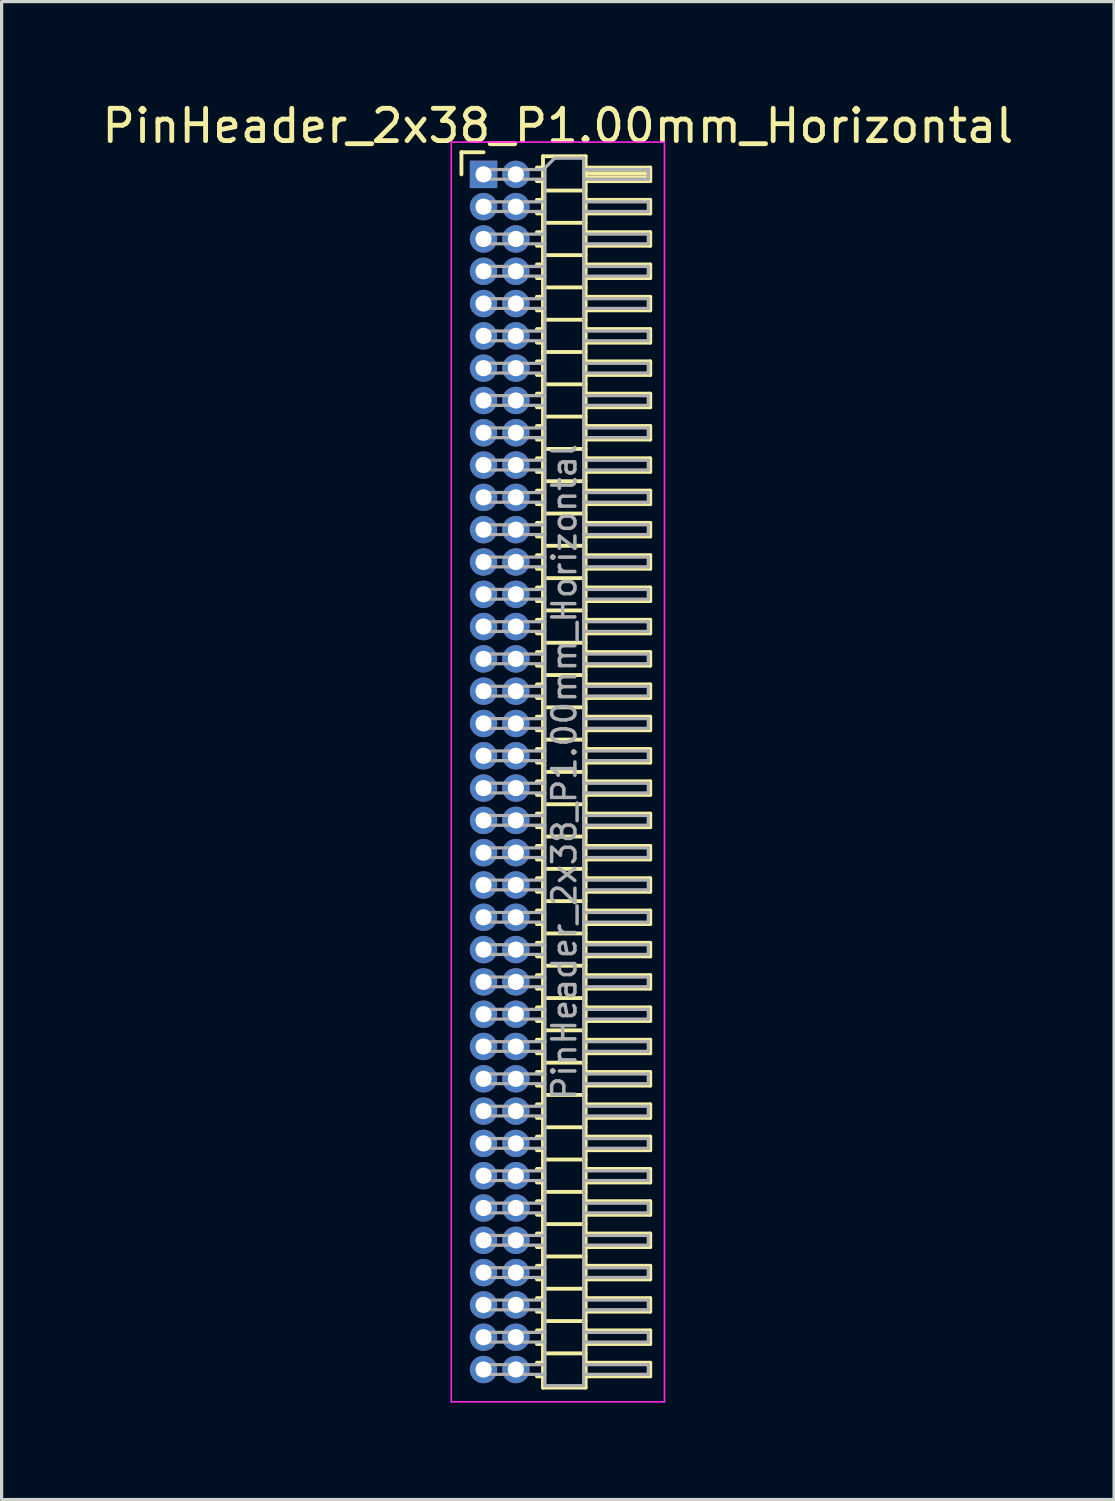
<source format=kicad_pcb>
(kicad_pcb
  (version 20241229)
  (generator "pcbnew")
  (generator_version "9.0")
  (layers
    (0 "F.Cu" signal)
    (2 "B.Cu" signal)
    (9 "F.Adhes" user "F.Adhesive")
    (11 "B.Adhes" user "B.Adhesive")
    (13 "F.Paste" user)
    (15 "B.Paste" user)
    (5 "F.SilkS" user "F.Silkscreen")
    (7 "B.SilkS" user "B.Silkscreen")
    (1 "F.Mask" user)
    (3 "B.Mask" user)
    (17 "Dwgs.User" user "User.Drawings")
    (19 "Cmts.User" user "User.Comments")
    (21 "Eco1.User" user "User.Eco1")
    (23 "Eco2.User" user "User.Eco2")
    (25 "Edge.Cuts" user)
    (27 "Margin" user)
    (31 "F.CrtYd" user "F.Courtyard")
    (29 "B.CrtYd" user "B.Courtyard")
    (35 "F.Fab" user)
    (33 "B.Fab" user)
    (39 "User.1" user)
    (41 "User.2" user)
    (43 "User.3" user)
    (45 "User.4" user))
  (footprint "PinHeader_2x38_P1.00mm_Horizontal"
    (layer "F.Cu")
    (at 11.92 2.348)
    (property "Reference" "PinHeader_2x38_P1.00mm_Horizontal" (at 2.3 -1.5 0) (layer "F.SilkS") (effects (font (size 1 1) (thickness 0.15))))
    (attr through_hole)
    (fp_line (start -0.685 -0.685) (end 0 -0.685) (stroke (width 0.12) (type solid)) (layer "F.SilkS"))
    (fp_line (start -0.685 0) (end -0.685 -0.685) (stroke (width 0.12) (type solid)) (layer "F.SilkS"))
    (fp_line (start 1.652 -0.21) (end 1.84 -0.21) (stroke (width 0.12) (type solid)) (layer "F.SilkS"))
    (fp_line (start 1.652 0.21) (end 1.84 0.21) (stroke (width 0.12) (type solid)) (layer "F.SilkS"))
    (fp_line (start 1.652 0.79) (end 1.84 0.79) (stroke (width 0.12) (type solid)) (layer "F.SilkS"))
    (fp_line (start 1.652 1.21) (end 1.84 1.21) (stroke (width 0.12) (type solid)) (layer "F.SilkS"))
    (fp_line (start 1.652 1.79) (end 1.84 1.79) (stroke (width 0.12) (type solid)) (layer "F.SilkS"))
    (fp_line (start 1.652 2.21) (end 1.84 2.21) (stroke (width 0.12) (type solid)) (layer "F.SilkS"))
    (fp_line (start 1.652 2.79) (end 1.84 2.79) (stroke (width 0.12) (type solid)) (layer "F.SilkS"))
    (fp_line (start 1.652 3.21) (end 1.84 3.21) (stroke (width 0.12) (type solid)) (layer "F.SilkS"))
    (fp_line (start 1.652 3.79) (end 1.84 3.79) (stroke (width 0.12) (type solid)) (layer "F.SilkS"))
    (fp_line (start 1.652 4.21) (end 1.84 4.21) (stroke (width 0.12) (type solid)) (layer "F.SilkS"))
    (fp_line (start 1.652 4.79) (end 1.84 4.79) (stroke (width 0.12) (type solid)) (layer "F.SilkS"))
    (fp_line (start 1.652 5.21) (end 1.84 5.21) (stroke (width 0.12) (type solid)) (layer "F.SilkS"))
    (fp_line (start 1.652 5.79) (end 1.84 5.79) (stroke (width 0.12) (type solid)) (layer "F.SilkS"))
    (fp_line (start 1.652 6.21) (end 1.84 6.21) (stroke (width 0.12) (type solid)) (layer "F.SilkS"))
    (fp_line (start 1.652 6.79) (end 1.84 6.79) (stroke (width 0.12) (type solid)) (layer "F.SilkS"))
    (fp_line (start 1.652 7.21) (end 1.84 7.21) (stroke (width 0.12) (type solid)) (layer "F.SilkS"))
    (fp_line (start 1.652 7.79) (end 1.84 7.79) (stroke (width 0.12) (type solid)) (layer "F.SilkS"))
    (fp_line (start 1.652 8.21) (end 1.84 8.21) (stroke (width 0.12) (type solid)) (layer "F.SilkS"))
    (fp_line (start 1.652 8.79) (end 1.84 8.79) (stroke (width 0.12) (type solid)) (layer "F.SilkS"))
    (fp_line (start 1.652 9.21) (end 1.84 9.21) (stroke (width 0.12) (type solid)) (layer "F.SilkS"))
    (fp_line (start 1.652 9.79) (end 1.84 9.79) (stroke (width 0.12) (type solid)) (layer "F.SilkS"))
    (fp_line (start 1.652 10.21) (end 1.84 10.21) (stroke (width 0.12) (type solid)) (layer "F.SilkS"))
    (fp_line (start 1.652 10.79) (end 1.84 10.79) (stroke (width 0.12) (type solid)) (layer "F.SilkS"))
    (fp_line (start 1.652 11.21) (end 1.84 11.21) (stroke (width 0.12) (type solid)) (layer "F.SilkS"))
    (fp_line (start 1.652 11.79) (end 1.84 11.79) (stroke (width 0.12) (type solid)) (layer "F.SilkS"))
    (fp_line (start 1.652 12.21) (end 1.84 12.21) (stroke (width 0.12) (type solid)) (layer "F.SilkS"))
    (fp_line (start 1.652 12.79) (end 1.84 12.79) (stroke (width 0.12) (type solid)) (layer "F.SilkS"))
    (fp_line (start 1.652 13.21) (end 1.84 13.21) (stroke (width 0.12) (type solid)) (layer "F.SilkS"))
    (fp_line (start 1.652 13.79) (end 1.84 13.79) (stroke (width 0.12) (type solid)) (layer "F.SilkS"))
    (fp_line (start 1.652 14.21) (end 1.84 14.21) (stroke (width 0.12) (type solid)) (layer "F.SilkS"))
    (fp_line (start 1.652 14.79) (end 1.84 14.79) (stroke (width 0.12) (type solid)) (layer "F.SilkS"))
    (fp_line (start 1.652 15.21) (end 1.84 15.21) (stroke (width 0.12) (type solid)) (layer "F.SilkS"))
    (fp_line (start 1.652 15.79) (end 1.84 15.79) (stroke (width 0.12) (type solid)) (layer "F.SilkS"))
    (fp_line (start 1.652 16.21) (end 1.84 16.21) (stroke (width 0.12) (type solid)) (layer "F.SilkS"))
    (fp_line (start 1.652 16.79) (end 1.84 16.79) (stroke (width 0.12) (type solid)) (layer "F.SilkS"))
    (fp_line (start 1.652 17.21) (end 1.84 17.21) (stroke (width 0.12) (type solid)) (layer "F.SilkS"))
    (fp_line (start 1.652 17.79) (end 1.84 17.79) (stroke (width 0.12) (type solid)) (layer "F.SilkS"))
    (fp_line (start 1.652 18.21) (end 1.84 18.21) (stroke (width 0.12) (type solid)) (layer "F.SilkS"))
    (fp_line (start 1.652 18.79) (end 1.84 18.79) (stroke (width 0.12) (type solid)) (layer "F.SilkS"))
    (fp_line (start 1.652 19.21) (end 1.84 19.21) (stroke (width 0.12) (type solid)) (layer "F.SilkS"))
    (fp_line (start 1.652 19.79) (end 1.84 19.79) (stroke (width 0.12) (type solid)) (layer "F.SilkS"))
    (fp_line (start 1.652 20.21) (end 1.84 20.21) (stroke (width 0.12) (type solid)) (layer "F.SilkS"))
    (fp_line (start 1.652 20.79) (end 1.84 20.79) (stroke (width 0.12) (type solid)) (layer "F.SilkS"))
    (fp_line (start 1.652 21.21) (end 1.84 21.21) (stroke (width 0.12) (type solid)) (layer "F.SilkS"))
    (fp_line (start 1.652 21.79) (end 1.84 21.79) (stroke (width 0.12) (type solid)) (layer "F.SilkS"))
    (fp_line (start 1.652 22.21) (end 1.84 22.21) (stroke (width 0.12) (type solid)) (layer "F.SilkS"))
    (fp_line (start 1.652 22.79) (end 1.84 22.79) (stroke (width 0.12) (type solid)) (layer "F.SilkS"))
    (fp_line (start 1.652 23.21) (end 1.84 23.21) (stroke (width 0.12) (type solid)) (layer "F.SilkS"))
    (fp_line (start 1.652 23.79) (end 1.84 23.79) (stroke (width 0.12) (type solid)) (layer "F.SilkS"))
    (fp_line (start 1.652 24.21) (end 1.84 24.21) (stroke (width 0.12) (type solid)) (layer "F.SilkS"))
    (fp_line (start 1.652 24.79) (end 1.84 24.79) (stroke (width 0.12) (type solid)) (layer "F.SilkS"))
    (fp_line (start 1.652 25.21) (end 1.84 25.21) (stroke (width 0.12) (type solid)) (layer "F.SilkS"))
    (fp_line (start 1.652 25.79) (end 1.84 25.79) (stroke (width 0.12) (type solid)) (layer "F.SilkS"))
    (fp_line (start 1.652 26.21) (end 1.84 26.21) (stroke (width 0.12) (type solid)) (layer "F.SilkS"))
    (fp_line (start 1.652 26.79) (end 1.84 26.79) (stroke (width 0.12) (type solid)) (layer "F.SilkS"))
    (fp_line (start 1.652 27.21) (end 1.84 27.21) (stroke (width 0.12) (type solid)) (layer "F.SilkS"))
    (fp_line (start 1.652 27.79) (end 1.84 27.79) (stroke (width 0.12) (type solid)) (layer "F.SilkS"))
    (fp_line (start 1.652 28.21) (end 1.84 28.21) (stroke (width 0.12) (type solid)) (layer "F.SilkS"))
    (fp_line (start 1.652 28.79) (end 1.84 28.79) (stroke (width 0.12) (type solid)) (layer "F.SilkS"))
    (fp_line (start 1.652 29.21) (end 1.84 29.21) (stroke (width 0.12) (type solid)) (layer "F.SilkS"))
    (fp_line (start 1.652 29.79) (end 1.84 29.79) (stroke (width 0.12) (type solid)) (layer "F.SilkS"))
    (fp_line (start 1.652 30.21) (end 1.84 30.21) (stroke (width 0.12) (type solid)) (layer "F.SilkS"))
    (fp_line (start 1.652 30.79) (end 1.84 30.79) (stroke (width 0.12) (type solid)) (layer "F.SilkS"))
    (fp_line (start 1.652 31.21) (end 1.84 31.21) (stroke (width 0.12) (type solid)) (layer "F.SilkS"))
    (fp_line (start 1.652 31.79) (end 1.84 31.79) (stroke (width 0.12) (type solid)) (layer "F.SilkS"))
    (fp_line (start 1.652 32.21) (end 1.84 32.21) (stroke (width 0.12) (type solid)) (layer "F.SilkS"))
    (fp_line (start 1.652 32.79) (end 1.84 32.79) (stroke (width 0.12) (type solid)) (layer "F.SilkS"))
    (fp_line (start 1.652 33.21) (end 1.84 33.21) (stroke (width 0.12) (type solid)) (layer "F.SilkS"))
    (fp_line (start 1.652 33.79) (end 1.84 33.79) (stroke (width 0.12) (type solid)) (layer "F.SilkS"))
    (fp_line (start 1.652 34.21) (end 1.84 34.21) (stroke (width 0.12) (type solid)) (layer "F.SilkS"))
    (fp_line (start 1.652 34.79) (end 1.84 34.79) (stroke (width 0.12) (type solid)) (layer "F.SilkS"))
    (fp_line (start 1.652 35.21) (end 1.84 35.21) (stroke (width 0.12) (type solid)) (layer "F.SilkS"))
    (fp_line (start 1.652 35.79) (end 1.84 35.79) (stroke (width 0.12) (type solid)) (layer "F.SilkS"))
    (fp_line (start 1.652 36.21) (end 1.84 36.21) (stroke (width 0.12) (type solid)) (layer "F.SilkS"))
    (fp_line (start 1.652 36.79) (end 1.84 36.79) (stroke (width 0.12) (type solid)) (layer "F.SilkS"))
    (fp_line (start 1.652 37.21) (end 1.84 37.21) (stroke (width 0.12) (type solid)) (layer "F.SilkS"))
    (fp_line (start 1.84 -0.56) (end 1.84 37.56) (stroke (width 0.12) (type solid)) (layer "F.SilkS"))
    (fp_line (start 1.84 0.5) (end 3.16 0.5) (stroke (width 0.12) (type solid)) (layer "F.SilkS"))
    (fp_line (start 1.84 1.5) (end 3.16 1.5) (stroke (width 0.12) (type solid)) (layer "F.SilkS"))
    (fp_line (start 1.84 2.5) (end 3.16 2.5) (stroke (width 0.12) (type solid)) (layer "F.SilkS"))
    (fp_line (start 1.84 3.5) (end 3.16 3.5) (stroke (width 0.12) (type solid)) (layer "F.SilkS"))
    (fp_line (start 1.84 4.5) (end 3.16 4.5) (stroke (width 0.12) (type solid)) (layer "F.SilkS"))
    (fp_line (start 1.84 5.5) (end 3.16 5.5) (stroke (width 0.12) (type solid)) (layer "F.SilkS"))
    (fp_line (start 1.84 6.5) (end 3.16 6.5) (stroke (width 0.12) (type solid)) (layer "F.SilkS"))
    (fp_line (start 1.84 7.5) (end 3.16 7.5) (stroke (width 0.12) (type solid)) (layer "F.SilkS"))
    (fp_line (start 1.84 8.5) (end 3.16 8.5) (stroke (width 0.12) (type solid)) (layer "F.SilkS"))
    (fp_line (start 1.84 9.5) (end 3.16 9.5) (stroke (width 0.12) (type solid)) (layer "F.SilkS"))
    (fp_line (start 1.84 10.5) (end 3.16 10.5) (stroke (width 0.12) (type solid)) (layer "F.SilkS"))
    (fp_line (start 1.84 11.5) (end 3.16 11.5) (stroke (width 0.12) (type solid)) (layer "F.SilkS"))
    (fp_line (start 1.84 12.5) (end 3.16 12.5) (stroke (width 0.12) (type solid)) (layer "F.SilkS"))
    (fp_line (start 1.84 13.5) (end 3.16 13.5) (stroke (width 0.12) (type solid)) (layer "F.SilkS"))
    (fp_line (start 1.84 14.5) (end 3.16 14.5) (stroke (width 0.12) (type solid)) (layer "F.SilkS"))
    (fp_line (start 1.84 15.5) (end 3.16 15.5) (stroke (width 0.12) (type solid)) (layer "F.SilkS"))
    (fp_line (start 1.84 16.5) (end 3.16 16.5) (stroke (width 0.12) (type solid)) (layer "F.SilkS"))
    (fp_line (start 1.84 17.5) (end 3.16 17.5) (stroke (width 0.12) (type solid)) (layer "F.SilkS"))
    (fp_line (start 1.84 18.5) (end 3.16 18.5) (stroke (width 0.12) (type solid)) (layer "F.SilkS"))
    (fp_line (start 1.84 19.5) (end 3.16 19.5) (stroke (width 0.12) (type solid)) (layer "F.SilkS"))
    (fp_line (start 1.84 20.5) (end 3.16 20.5) (stroke (width 0.12) (type solid)) (layer "F.SilkS"))
    (fp_line (start 1.84 21.5) (end 3.16 21.5) (stroke (width 0.12) (type solid)) (layer "F.SilkS"))
    (fp_line (start 1.84 22.5) (end 3.16 22.5) (stroke (width 0.12) (type solid)) (layer "F.SilkS"))
    (fp_line (start 1.84 23.5) (end 3.16 23.5) (stroke (width 0.12) (type solid)) (layer "F.SilkS"))
    (fp_line (start 1.84 24.5) (end 3.16 24.5) (stroke (width 0.12) (type solid)) (layer "F.SilkS"))
    (fp_line (start 1.84 25.5) (end 3.16 25.5) (stroke (width 0.12) (type solid)) (layer "F.SilkS"))
    (fp_line (start 1.84 26.5) (end 3.16 26.5) (stroke (width 0.12) (type solid)) (layer "F.SilkS"))
    (fp_line (start 1.84 27.5) (end 3.16 27.5) (stroke (width 0.12) (type solid)) (layer "F.SilkS"))
    (fp_line (start 1.84 28.5) (end 3.16 28.5) (stroke (width 0.12) (type solid)) (layer "F.SilkS"))
    (fp_line (start 1.84 29.5) (end 3.16 29.5) (stroke (width 0.12) (type solid)) (layer "F.SilkS"))
    (fp_line (start 1.84 30.5) (end 3.16 30.5) (stroke (width 0.12) (type solid)) (layer "F.SilkS"))
    (fp_line (start 1.84 31.5) (end 3.16 31.5) (stroke (width 0.12) (type solid)) (layer "F.SilkS"))
    (fp_line (start 1.84 32.5) (end 3.16 32.5) (stroke (width 0.12) (type solid)) (layer "F.SilkS"))
    (fp_line (start 1.84 33.5) (end 3.16 33.5) (stroke (width 0.12) (type solid)) (layer "F.SilkS"))
    (fp_line (start 1.84 34.5) (end 3.16 34.5) (stroke (width 0.12) (type solid)) (layer "F.SilkS"))
    (fp_line (start 1.84 35.5) (end 3.16 35.5) (stroke (width 0.12) (type solid)) (layer "F.SilkS"))
    (fp_line (start 1.84 36.5) (end 3.16 36.5) (stroke (width 0.12) (type solid)) (layer "F.SilkS"))
    (fp_line (start 1.84 37.56) (end 3.16 37.56) (stroke (width 0.12) (type solid)) (layer "F.SilkS"))
    (fp_line (start 3.16 -0.56) (end 1.84 -0.56) (stroke (width 0.12) (type solid)) (layer "F.SilkS"))
    (fp_line (start 3.16 -0.21) (end 5.16 -0.21) (stroke (width 0.12) (type solid)) (layer "F.SilkS"))
    (fp_line (start 3.16 -0.15) (end 5.16 -0.15) (stroke (width 0.12) (type solid)) (layer "F.SilkS"))
    (fp_line (start 3.16 -0.03) (end 5.16 -0.03) (stroke (width 0.12) (type solid)) (layer "F.SilkS"))
    (fp_line (start 3.16 0.09) (end 5.16 0.09) (stroke (width 0.12) (type solid)) (layer "F.SilkS"))
    (fp_line (start 3.16 0.79) (end 5.16 0.79) (stroke (width 0.12) (type solid)) (layer "F.SilkS"))
    (fp_line (start 3.16 1.79) (end 5.16 1.79) (stroke (width 0.12) (type solid)) (layer "F.SilkS"))
    (fp_line (start 3.16 2.79) (end 5.16 2.79) (stroke (width 0.12) (type solid)) (layer "F.SilkS"))
    (fp_line (start 3.16 3.79) (end 5.16 3.79) (stroke (width 0.12) (type solid)) (layer "F.SilkS"))
    (fp_line (start 3.16 4.79) (end 5.16 4.79) (stroke (width 0.12) (type solid)) (layer "F.SilkS"))
    (fp_line (start 3.16 5.79) (end 5.16 5.79) (stroke (width 0.12) (type solid)) (layer "F.SilkS"))
    (fp_line (start 3.16 6.79) (end 5.16 6.79) (stroke (width 0.12) (type solid)) (layer "F.SilkS"))
    (fp_line (start 3.16 7.79) (end 5.16 7.79) (stroke (width 0.12) (type solid)) (layer "F.SilkS"))
    (fp_line (start 3.16 8.79) (end 5.16 8.79) (stroke (width 0.12) (type solid)) (layer "F.SilkS"))
    (fp_line (start 3.16 9.79) (end 5.16 9.79) (stroke (width 0.12) (type solid)) (layer "F.SilkS"))
    (fp_line (start 3.16 10.79) (end 5.16 10.79) (stroke (width 0.12) (type solid)) (layer "F.SilkS"))
    (fp_line (start 3.16 11.79) (end 5.16 11.79) (stroke (width 0.12) (type solid)) (layer "F.SilkS"))
    (fp_line (start 3.16 12.79) (end 5.16 12.79) (stroke (width 0.12) (type solid)) (layer "F.SilkS"))
    (fp_line (start 3.16 13.79) (end 5.16 13.79) (stroke (width 0.12) (type solid)) (layer "F.SilkS"))
    (fp_line (start 3.16 14.79) (end 5.16 14.79) (stroke (width 0.12) (type solid)) (layer "F.SilkS"))
    (fp_line (start 3.16 15.79) (end 5.16 15.79) (stroke (width 0.12) (type solid)) (layer "F.SilkS"))
    (fp_line (start 3.16 16.79) (end 5.16 16.79) (stroke (width 0.12) (type solid)) (layer "F.SilkS"))
    (fp_line (start 3.16 17.79) (end 5.16 17.79) (stroke (width 0.12) (type solid)) (layer "F.SilkS"))
    (fp_line (start 3.16 18.79) (end 5.16 18.79) (stroke (width 0.12) (type solid)) (layer "F.SilkS"))
    (fp_line (start 3.16 19.79) (end 5.16 19.79) (stroke (width 0.12) (type solid)) (layer "F.SilkS"))
    (fp_line (start 3.16 20.79) (end 5.16 20.79) (stroke (width 0.12) (type solid)) (layer "F.SilkS"))
    (fp_line (start 3.16 21.79) (end 5.16 21.79) (stroke (width 0.12) (type solid)) (layer "F.SilkS"))
    (fp_line (start 3.16 22.79) (end 5.16 22.79) (stroke (width 0.12) (type solid)) (layer "F.SilkS"))
    (fp_line (start 3.16 23.79) (end 5.16 23.79) (stroke (width 0.12) (type solid)) (layer "F.SilkS"))
    (fp_line (start 3.16 24.79) (end 5.16 24.79) (stroke (width 0.12) (type solid)) (layer "F.SilkS"))
    (fp_line (start 3.16 25.79) (end 5.16 25.79) (stroke (width 0.12) (type solid)) (layer "F.SilkS"))
    (fp_line (start 3.16 26.79) (end 5.16 26.79) (stroke (width 0.12) (type solid)) (layer "F.SilkS"))
    (fp_line (start 3.16 27.79) (end 5.16 27.79) (stroke (width 0.12) (type solid)) (layer "F.SilkS"))
    (fp_line (start 3.16 28.79) (end 5.16 28.79) (stroke (width 0.12) (type solid)) (layer "F.SilkS"))
    (fp_line (start 3.16 29.79) (end 5.16 29.79) (stroke (width 0.12) (type solid)) (layer "F.SilkS"))
    (fp_line (start 3.16 30.79) (end 5.16 30.79) (stroke (width 0.12) (type solid)) (layer "F.SilkS"))
    (fp_line (start 3.16 31.79) (end 5.16 31.79) (stroke (width 0.12) (type solid)) (layer "F.SilkS"))
    (fp_line (start 3.16 32.79) (end 5.16 32.79) (stroke (width 0.12) (type solid)) (layer "F.SilkS"))
    (fp_line (start 3.16 33.79) (end 5.16 33.79) (stroke (width 0.12) (type solid)) (layer "F.SilkS"))
    (fp_line (start 3.16 34.79) (end 5.16 34.79) (stroke (width 0.12) (type solid)) (layer "F.SilkS"))
    (fp_line (start 3.16 35.79) (end 5.16 35.79) (stroke (width 0.12) (type solid)) (layer "F.SilkS"))
    (fp_line (start 3.16 36.79) (end 5.16 36.79) (stroke (width 0.12) (type solid)) (layer "F.SilkS"))
    (fp_line (start 3.16 37.56) (end 3.16 -0.56) (stroke (width 0.12) (type solid)) (layer "F.SilkS"))
    (fp_line (start 5.16 -0.21) (end 5.16 0.21) (stroke (width 0.12) (type solid)) (layer "F.SilkS"))
    (fp_line (start 5.16 0.21) (end 3.16 0.21) (stroke (width 0.12) (type solid)) (layer "F.SilkS"))
    (fp_line (start 5.16 0.79) (end 5.16 1.21) (stroke (width 0.12) (type solid)) (layer "F.SilkS"))
    (fp_line (start 5.16 1.21) (end 3.16 1.21) (stroke (width 0.12) (type solid)) (layer "F.SilkS"))
    (fp_line (start 5.16 1.79) (end 5.16 2.21) (stroke (width 0.12) (type solid)) (layer "F.SilkS"))
    (fp_line (start 5.16 2.21) (end 3.16 2.21) (stroke (width 0.12) (type solid)) (layer "F.SilkS"))
    (fp_line (start 5.16 2.79) (end 5.16 3.21) (stroke (width 0.12) (type solid)) (layer "F.SilkS"))
    (fp_line (start 5.16 3.21) (end 3.16 3.21) (stroke (width 0.12) (type solid)) (layer "F.SilkS"))
    (fp_line (start 5.16 3.79) (end 5.16 4.21) (stroke (width 0.12) (type solid)) (layer "F.SilkS"))
    (fp_line (start 5.16 4.21) (end 3.16 4.21) (stroke (width 0.12) (type solid)) (layer "F.SilkS"))
    (fp_line (start 5.16 4.79) (end 5.16 5.21) (stroke (width 0.12) (type solid)) (layer "F.SilkS"))
    (fp_line (start 5.16 5.21) (end 3.16 5.21) (stroke (width 0.12) (type solid)) (layer "F.SilkS"))
    (fp_line (start 5.16 5.79) (end 5.16 6.21) (stroke (width 0.12) (type solid)) (layer "F.SilkS"))
    (fp_line (start 5.16 6.21) (end 3.16 6.21) (stroke (width 0.12) (type solid)) (layer "F.SilkS"))
    (fp_line (start 5.16 6.79) (end 5.16 7.21) (stroke (width 0.12) (type solid)) (layer "F.SilkS"))
    (fp_line (start 5.16 7.21) (end 3.16 7.21) (stroke (width 0.12) (type solid)) (layer "F.SilkS"))
    (fp_line (start 5.16 7.79) (end 5.16 8.21) (stroke (width 0.12) (type solid)) (layer "F.SilkS"))
    (fp_line (start 5.16 8.21) (end 3.16 8.21) (stroke (width 0.12) (type solid)) (layer "F.SilkS"))
    (fp_line (start 5.16 8.79) (end 5.16 9.21) (stroke (width 0.12) (type solid)) (layer "F.SilkS"))
    (fp_line (start 5.16 9.21) (end 3.16 9.21) (stroke (width 0.12) (type solid)) (layer "F.SilkS"))
    (fp_line (start 5.16 9.79) (end 5.16 10.21) (stroke (width 0.12) (type solid)) (layer "F.SilkS"))
    (fp_line (start 5.16 10.21) (end 3.16 10.21) (stroke (width 0.12) (type solid)) (layer "F.SilkS"))
    (fp_line (start 5.16 10.79) (end 5.16 11.21) (stroke (width 0.12) (type solid)) (layer "F.SilkS"))
    (fp_line (start 5.16 11.21) (end 3.16 11.21) (stroke (width 0.12) (type solid)) (layer "F.SilkS"))
    (fp_line (start 5.16 11.79) (end 5.16 12.21) (stroke (width 0.12) (type solid)) (layer "F.SilkS"))
    (fp_line (start 5.16 12.21) (end 3.16 12.21) (stroke (width 0.12) (type solid)) (layer "F.SilkS"))
    (fp_line (start 5.16 12.79) (end 5.16 13.21) (stroke (width 0.12) (type solid)) (layer "F.SilkS"))
    (fp_line (start 5.16 13.21) (end 3.16 13.21) (stroke (width 0.12) (type solid)) (layer "F.SilkS"))
    (fp_line (start 5.16 13.79) (end 5.16 14.21) (stroke (width 0.12) (type solid)) (layer "F.SilkS"))
    (fp_line (start 5.16 14.21) (end 3.16 14.21) (stroke (width 0.12) (type solid)) (layer "F.SilkS"))
    (fp_line (start 5.16 14.79) (end 5.16 15.21) (stroke (width 0.12) (type solid)) (layer "F.SilkS"))
    (fp_line (start 5.16 15.21) (end 3.16 15.21) (stroke (width 0.12) (type solid)) (layer "F.SilkS"))
    (fp_line (start 5.16 15.79) (end 5.16 16.21) (stroke (width 0.12) (type solid)) (layer "F.SilkS"))
    (fp_line (start 5.16 16.21) (end 3.16 16.21) (stroke (width 0.12) (type solid)) (layer "F.SilkS"))
    (fp_line (start 5.16 16.79) (end 5.16 17.21) (stroke (width 0.12) (type solid)) (layer "F.SilkS"))
    (fp_line (start 5.16 17.21) (end 3.16 17.21) (stroke (width 0.12) (type solid)) (layer "F.SilkS"))
    (fp_line (start 5.16 17.79) (end 5.16 18.21) (stroke (width 0.12) (type solid)) (layer "F.SilkS"))
    (fp_line (start 5.16 18.21) (end 3.16 18.21) (stroke (width 0.12) (type solid)) (layer "F.SilkS"))
    (fp_line (start 5.16 18.79) (end 5.16 19.21) (stroke (width 0.12) (type solid)) (layer "F.SilkS"))
    (fp_line (start 5.16 19.21) (end 3.16 19.21) (stroke (width 0.12) (type solid)) (layer "F.SilkS"))
    (fp_line (start 5.16 19.79) (end 5.16 20.21) (stroke (width 0.12) (type solid)) (layer "F.SilkS"))
    (fp_line (start 5.16 20.21) (end 3.16 20.21) (stroke (width 0.12) (type solid)) (layer "F.SilkS"))
    (fp_line (start 5.16 20.79) (end 5.16 21.21) (stroke (width 0.12) (type solid)) (layer "F.SilkS"))
    (fp_line (start 5.16 21.21) (end 3.16 21.21) (stroke (width 0.12) (type solid)) (layer "F.SilkS"))
    (fp_line (start 5.16 21.79) (end 5.16 22.21) (stroke (width 0.12) (type solid)) (layer "F.SilkS"))
    (fp_line (start 5.16 22.21) (end 3.16 22.21) (stroke (width 0.12) (type solid)) (layer "F.SilkS"))
    (fp_line (start 5.16 22.79) (end 5.16 23.21) (stroke (width 0.12) (type solid)) (layer "F.SilkS"))
    (fp_line (start 5.16 23.21) (end 3.16 23.21) (stroke (width 0.12) (type solid)) (layer "F.SilkS"))
    (fp_line (start 5.16 23.79) (end 5.16 24.21) (stroke (width 0.12) (type solid)) (layer "F.SilkS"))
    (fp_line (start 5.16 24.21) (end 3.16 24.21) (stroke (width 0.12) (type solid)) (layer "F.SilkS"))
    (fp_line (start 5.16 24.79) (end 5.16 25.21) (stroke (width 0.12) (type solid)) (layer "F.SilkS"))
    (fp_line (start 5.16 25.21) (end 3.16 25.21) (stroke (width 0.12) (type solid)) (layer "F.SilkS"))
    (fp_line (start 5.16 25.79) (end 5.16 26.21) (stroke (width 0.12) (type solid)) (layer "F.SilkS"))
    (fp_line (start 5.16 26.21) (end 3.16 26.21) (stroke (width 0.12) (type solid)) (layer "F.SilkS"))
    (fp_line (start 5.16 26.79) (end 5.16 27.21) (stroke (width 0.12) (type solid)) (layer "F.SilkS"))
    (fp_line (start 5.16 27.21) (end 3.16 27.21) (stroke (width 0.12) (type solid)) (layer "F.SilkS"))
    (fp_line (start 5.16 27.79) (end 5.16 28.21) (stroke (width 0.12) (type solid)) (layer "F.SilkS"))
    (fp_line (start 5.16 28.21) (end 3.16 28.21) (stroke (width 0.12) (type solid)) (layer "F.SilkS"))
    (fp_line (start 5.16 28.79) (end 5.16 29.21) (stroke (width 0.12) (type solid)) (layer "F.SilkS"))
    (fp_line (start 5.16 29.21) (end 3.16 29.21) (stroke (width 0.12) (type solid)) (layer "F.SilkS"))
    (fp_line (start 5.16 29.79) (end 5.16 30.21) (stroke (width 0.12) (type solid)) (layer "F.SilkS"))
    (fp_line (start 5.16 30.21) (end 3.16 30.21) (stroke (width 0.12) (type solid)) (layer "F.SilkS"))
    (fp_line (start 5.16 30.79) (end 5.16 31.21) (stroke (width 0.12) (type solid)) (layer "F.SilkS"))
    (fp_line (start 5.16 31.21) (end 3.16 31.21) (stroke (width 0.12) (type solid)) (layer "F.SilkS"))
    (fp_line (start 5.16 31.79) (end 5.16 32.21) (stroke (width 0.12) (type solid)) (layer "F.SilkS"))
    (fp_line (start 5.16 32.21) (end 3.16 32.21) (stroke (width 0.12) (type solid)) (layer "F.SilkS"))
    (fp_line (start 5.16 32.79) (end 5.16 33.21) (stroke (width 0.12) (type solid)) (layer "F.SilkS"))
    (fp_line (start 5.16 33.21) (end 3.16 33.21) (stroke (width 0.12) (type solid)) (layer "F.SilkS"))
    (fp_line (start 5.16 33.79) (end 5.16 34.21) (stroke (width 0.12) (type solid)) (layer "F.SilkS"))
    (fp_line (start 5.16 34.21) (end 3.16 34.21) (stroke (width 0.12) (type solid)) (layer "F.SilkS"))
    (fp_line (start 5.16 34.79) (end 5.16 35.21) (stroke (width 0.12) (type solid)) (layer "F.SilkS"))
    (fp_line (start 5.16 35.21) (end 3.16 35.21) (stroke (width 0.12) (type solid)) (layer "F.SilkS"))
    (fp_line (start 5.16 35.79) (end 5.16 36.21) (stroke (width 0.12) (type solid)) (layer "F.SilkS"))
    (fp_line (start 5.16 36.21) (end 3.16 36.21) (stroke (width 0.12) (type solid)) (layer "F.SilkS"))
    (fp_line (start 5.16 36.79) (end 5.16 37.21) (stroke (width 0.12) (type solid)) (layer "F.SilkS"))
    (fp_line (start 5.16 37.21) (end 3.16 37.21) (stroke (width 0.12) (type solid)) (layer "F.SilkS"))
    (fp_line (start -1 -1) (end -1 38) (stroke (width 0.05) (type solid)) (layer "F.CrtYd"))
    (fp_line (start -1 38) (end 5.6 38) (stroke (width 0.05) (type solid)) (layer "F.CrtYd"))
    (fp_line (start 5.6 -1) (end -1 -1) (stroke (width 0.05) (type solid)) (layer "F.CrtYd"))
    (fp_line (start 5.6 38) (end 5.6 -1) (stroke (width 0.05) (type solid)) (layer "F.CrtYd"))
    (fp_line (start -0.15 -0.15) (end -0.15 0.15) (stroke (width 0.1) (type solid)) (layer "F.Fab"))
    (fp_line (start -0.15 -0.15) (end 1.9 -0.15) (stroke (width 0.1) (type solid)) (layer "F.Fab"))
    (fp_line (start -0.15 0.15) (end 1.9 0.15) (stroke (width 0.1) (type solid)) (layer "F.Fab"))
    (fp_line (start -0.15 0.85) (end -0.15 1.15) (stroke (width 0.1) (type solid)) (layer "F.Fab"))
    (fp_line (start -0.15 0.85) (end 1.9 0.85) (stroke (width 0.1) (type solid)) (layer "F.Fab"))
    (fp_line (start -0.15 1.15) (end 1.9 1.15) (stroke (width 0.1) (type solid)) (layer "F.Fab"))
    (fp_line (start -0.15 1.85) (end -0.15 2.15) (stroke (width 0.1) (type solid)) (layer "F.Fab"))
    (fp_line (start -0.15 1.85) (end 1.9 1.85) (stroke (width 0.1) (type solid)) (layer "F.Fab"))
    (fp_line (start -0.15 2.15) (end 1.9 2.15) (stroke (width 0.1) (type solid)) (layer "F.Fab"))
    (fp_line (start -0.15 2.85) (end -0.15 3.15) (stroke (width 0.1) (type solid)) (layer "F.Fab"))
    (fp_line (start -0.15 2.85) (end 1.9 2.85) (stroke (width 0.1) (type solid)) (layer "F.Fab"))
    (fp_line (start -0.15 3.15) (end 1.9 3.15) (stroke (width 0.1) (type solid)) (layer "F.Fab"))
    (fp_line (start -0.15 3.85) (end -0.15 4.15) (stroke (width 0.1) (type solid)) (layer "F.Fab"))
    (fp_line (start -0.15 3.85) (end 1.9 3.85) (stroke (width 0.1) (type solid)) (layer "F.Fab"))
    (fp_line (start -0.15 4.15) (end 1.9 4.15) (stroke (width 0.1) (type solid)) (layer "F.Fab"))
    (fp_line (start -0.15 4.85) (end -0.15 5.15) (stroke (width 0.1) (type solid)) (layer "F.Fab"))
    (fp_line (start -0.15 4.85) (end 1.9 4.85) (stroke (width 0.1) (type solid)) (layer "F.Fab"))
    (fp_line (start -0.15 5.15) (end 1.9 5.15) (stroke (width 0.1) (type solid)) (layer "F.Fab"))
    (fp_line (start -0.15 5.85) (end -0.15 6.15) (stroke (width 0.1) (type solid)) (layer "F.Fab"))
    (fp_line (start -0.15 5.85) (end 1.9 5.85) (stroke (width 0.1) (type solid)) (layer "F.Fab"))
    (fp_line (start -0.15 6.15) (end 1.9 6.15) (stroke (width 0.1) (type solid)) (layer "F.Fab"))
    (fp_line (start -0.15 6.85) (end -0.15 7.15) (stroke (width 0.1) (type solid)) (layer "F.Fab"))
    (fp_line (start -0.15 6.85) (end 1.9 6.85) (stroke (width 0.1) (type solid)) (layer "F.Fab"))
    (fp_line (start -0.15 7.15) (end 1.9 7.15) (stroke (width 0.1) (type solid)) (layer "F.Fab"))
    (fp_line (start -0.15 7.85) (end -0.15 8.15) (stroke (width 0.1) (type solid)) (layer "F.Fab"))
    (fp_line (start -0.15 7.85) (end 1.9 7.85) (stroke (width 0.1) (type solid)) (layer "F.Fab"))
    (fp_line (start -0.15 8.15) (end 1.9 8.15) (stroke (width 0.1) (type solid)) (layer "F.Fab"))
    (fp_line (start -0.15 8.85) (end -0.15 9.15) (stroke (width 0.1) (type solid)) (layer "F.Fab"))
    (fp_line (start -0.15 8.85) (end 1.9 8.85) (stroke (width 0.1) (type solid)) (layer "F.Fab"))
    (fp_line (start -0.15 9.15) (end 1.9 9.15) (stroke (width 0.1) (type solid)) (layer "F.Fab"))
    (fp_line (start -0.15 9.85) (end -0.15 10.15) (stroke (width 0.1) (type solid)) (layer "F.Fab"))
    (fp_line (start -0.15 9.85) (end 1.9 9.85) (stroke (width 0.1) (type solid)) (layer "F.Fab"))
    (fp_line (start -0.15 10.15) (end 1.9 10.15) (stroke (width 0.1) (type solid)) (layer "F.Fab"))
    (fp_line (start -0.15 10.85) (end -0.15 11.15) (stroke (width 0.1) (type solid)) (layer "F.Fab"))
    (fp_line (start -0.15 10.85) (end 1.9 10.85) (stroke (width 0.1) (type solid)) (layer "F.Fab"))
    (fp_line (start -0.15 11.15) (end 1.9 11.15) (stroke (width 0.1) (type solid)) (layer "F.Fab"))
    (fp_line (start -0.15 11.85) (end -0.15 12.15) (stroke (width 0.1) (type solid)) (layer "F.Fab"))
    (fp_line (start -0.15 11.85) (end 1.9 11.85) (stroke (width 0.1) (type solid)) (layer "F.Fab"))
    (fp_line (start -0.15 12.15) (end 1.9 12.15) (stroke (width 0.1) (type solid)) (layer "F.Fab"))
    (fp_line (start -0.15 12.85) (end -0.15 13.15) (stroke (width 0.1) (type solid)) (layer "F.Fab"))
    (fp_line (start -0.15 12.85) (end 1.9 12.85) (stroke (width 0.1) (type solid)) (layer "F.Fab"))
    (fp_line (start -0.15 13.15) (end 1.9 13.15) (stroke (width 0.1) (type solid)) (layer "F.Fab"))
    (fp_line (start -0.15 13.85) (end -0.15 14.15) (stroke (width 0.1) (type solid)) (layer "F.Fab"))
    (fp_line (start -0.15 13.85) (end 1.9 13.85) (stroke (width 0.1) (type solid)) (layer "F.Fab"))
    (fp_line (start -0.15 14.15) (end 1.9 14.15) (stroke (width 0.1) (type solid)) (layer "F.Fab"))
    (fp_line (start -0.15 14.85) (end -0.15 15.15) (stroke (width 0.1) (type solid)) (layer "F.Fab"))
    (fp_line (start -0.15 14.85) (end 1.9 14.85) (stroke (width 0.1) (type solid)) (layer "F.Fab"))
    (fp_line (start -0.15 15.15) (end 1.9 15.15) (stroke (width 0.1) (type solid)) (layer "F.Fab"))
    (fp_line (start -0.15 15.85) (end -0.15 16.15) (stroke (width 0.1) (type solid)) (layer "F.Fab"))
    (fp_line (start -0.15 15.85) (end 1.9 15.85) (stroke (width 0.1) (type solid)) (layer "F.Fab"))
    (fp_line (start -0.15 16.15) (end 1.9 16.15) (stroke (width 0.1) (type solid)) (layer "F.Fab"))
    (fp_line (start -0.15 16.85) (end -0.15 17.15) (stroke (width 0.1) (type solid)) (layer "F.Fab"))
    (fp_line (start -0.15 16.85) (end 1.9 16.85) (stroke (width 0.1) (type solid)) (layer "F.Fab"))
    (fp_line (start -0.15 17.15) (end 1.9 17.15) (stroke (width 0.1) (type solid)) (layer "F.Fab"))
    (fp_line (start -0.15 17.85) (end -0.15 18.15) (stroke (width 0.1) (type solid)) (layer "F.Fab"))
    (fp_line (start -0.15 17.85) (end 1.9 17.85) (stroke (width 0.1) (type solid)) (layer "F.Fab"))
    (fp_line (start -0.15 18.15) (end 1.9 18.15) (stroke (width 0.1) (type solid)) (layer "F.Fab"))
    (fp_line (start -0.15 18.85) (end -0.15 19.15) (stroke (width 0.1) (type solid)) (layer "F.Fab"))
    (fp_line (start -0.15 18.85) (end 1.9 18.85) (stroke (width 0.1) (type solid)) (layer "F.Fab"))
    (fp_line (start -0.15 19.15) (end 1.9 19.15) (stroke (width 0.1) (type solid)) (layer "F.Fab"))
    (fp_line (start -0.15 19.85) (end -0.15 20.15) (stroke (width 0.1) (type solid)) (layer "F.Fab"))
    (fp_line (start -0.15 19.85) (end 1.9 19.85) (stroke (width 0.1) (type solid)) (layer "F.Fab"))
    (fp_line (start -0.15 20.15) (end 1.9 20.15) (stroke (width 0.1) (type solid)) (layer "F.Fab"))
    (fp_line (start -0.15 20.85) (end -0.15 21.15) (stroke (width 0.1) (type solid)) (layer "F.Fab"))
    (fp_line (start -0.15 20.85) (end 1.9 20.85) (stroke (width 0.1) (type solid)) (layer "F.Fab"))
    (fp_line (start -0.15 21.15) (end 1.9 21.15) (stroke (width 0.1) (type solid)) (layer "F.Fab"))
    (fp_line (start -0.15 21.85) (end -0.15 22.15) (stroke (width 0.1) (type solid)) (layer "F.Fab"))
    (fp_line (start -0.15 21.85) (end 1.9 21.85) (stroke (width 0.1) (type solid)) (layer "F.Fab"))
    (fp_line (start -0.15 22.15) (end 1.9 22.15) (stroke (width 0.1) (type solid)) (layer "F.Fab"))
    (fp_line (start -0.15 22.85) (end -0.15 23.15) (stroke (width 0.1) (type solid)) (layer "F.Fab"))
    (fp_line (start -0.15 22.85) (end 1.9 22.85) (stroke (width 0.1) (type solid)) (layer "F.Fab"))
    (fp_line (start -0.15 23.15) (end 1.9 23.15) (stroke (width 0.1) (type solid)) (layer "F.Fab"))
    (fp_line (start -0.15 23.85) (end -0.15 24.15) (stroke (width 0.1) (type solid)) (layer "F.Fab"))
    (fp_line (start -0.15 23.85) (end 1.9 23.85) (stroke (width 0.1) (type solid)) (layer "F.Fab"))
    (fp_line (start -0.15 24.15) (end 1.9 24.15) (stroke (width 0.1) (type solid)) (layer "F.Fab"))
    (fp_line (start -0.15 24.85) (end -0.15 25.15) (stroke (width 0.1) (type solid)) (layer "F.Fab"))
    (fp_line (start -0.15 24.85) (end 1.9 24.85) (stroke (width 0.1) (type solid)) (layer "F.Fab"))
    (fp_line (start -0.15 25.15) (end 1.9 25.15) (stroke (width 0.1) (type solid)) (layer "F.Fab"))
    (fp_line (start -0.15 25.85) (end -0.15 26.15) (stroke (width 0.1) (type solid)) (layer "F.Fab"))
    (fp_line (start -0.15 25.85) (end 1.9 25.85) (stroke (width 0.1) (type solid)) (layer "F.Fab"))
    (fp_line (start -0.15 26.15) (end 1.9 26.15) (stroke (width 0.1) (type solid)) (layer "F.Fab"))
    (fp_line (start -0.15 26.85) (end -0.15 27.15) (stroke (width 0.1) (type solid)) (layer "F.Fab"))
    (fp_line (start -0.15 26.85) (end 1.9 26.85) (stroke (width 0.1) (type solid)) (layer "F.Fab"))
    (fp_line (start -0.15 27.15) (end 1.9 27.15) (stroke (width 0.1) (type solid)) (layer "F.Fab"))
    (fp_line (start -0.15 27.85) (end -0.15 28.15) (stroke (width 0.1) (type solid)) (layer "F.Fab"))
    (fp_line (start -0.15 27.85) (end 1.9 27.85) (stroke (width 0.1) (type solid)) (layer "F.Fab"))
    (fp_line (start -0.15 28.15) (end 1.9 28.15) (stroke (width 0.1) (type solid)) (layer "F.Fab"))
    (fp_line (start -0.15 28.85) (end -0.15 29.15) (stroke (width 0.1) (type solid)) (layer "F.Fab"))
    (fp_line (start -0.15 28.85) (end 1.9 28.85) (stroke (width 0.1) (type solid)) (layer "F.Fab"))
    (fp_line (start -0.15 29.15) (end 1.9 29.15) (stroke (width 0.1) (type solid)) (layer "F.Fab"))
    (fp_line (start -0.15 29.85) (end -0.15 30.15) (stroke (width 0.1) (type solid)) (layer "F.Fab"))
    (fp_line (start -0.15 29.85) (end 1.9 29.85) (stroke (width 0.1) (type solid)) (layer "F.Fab"))
    (fp_line (start -0.15 30.15) (end 1.9 30.15) (stroke (width 0.1) (type solid)) (layer "F.Fab"))
    (fp_line (start -0.15 30.85) (end -0.15 31.15) (stroke (width 0.1) (type solid)) (layer "F.Fab"))
    (fp_line (start -0.15 30.85) (end 1.9 30.85) (stroke (width 0.1) (type solid)) (layer "F.Fab"))
    (fp_line (start -0.15 31.15) (end 1.9 31.15) (stroke (width 0.1) (type solid)) (layer "F.Fab"))
    (fp_line (start -0.15 31.85) (end -0.15 32.15) (stroke (width 0.1) (type solid)) (layer "F.Fab"))
    (fp_line (start -0.15 31.85) (end 1.9 31.85) (stroke (width 0.1) (type solid)) (layer "F.Fab"))
    (fp_line (start -0.15 32.15) (end 1.9 32.15) (stroke (width 0.1) (type solid)) (layer "F.Fab"))
    (fp_line (start -0.15 32.85) (end -0.15 33.15) (stroke (width 0.1) (type solid)) (layer "F.Fab"))
    (fp_line (start -0.15 32.85) (end 1.9 32.85) (stroke (width 0.1) (type solid)) (layer "F.Fab"))
    (fp_line (start -0.15 33.15) (end 1.9 33.15) (stroke (width 0.1) (type solid)) (layer "F.Fab"))
    (fp_line (start -0.15 33.85) (end -0.15 34.15) (stroke (width 0.1) (type solid)) (layer "F.Fab"))
    (fp_line (start -0.15 33.85) (end 1.9 33.85) (stroke (width 0.1) (type solid)) (layer "F.Fab"))
    (fp_line (start -0.15 34.15) (end 1.9 34.15) (stroke (width 0.1) (type solid)) (layer "F.Fab"))
    (fp_line (start -0.15 34.85) (end -0.15 35.15) (stroke (width 0.1) (type solid)) (layer "F.Fab"))
    (fp_line (start -0.15 34.85) (end 1.9 34.85) (stroke (width 0.1) (type solid)) (layer "F.Fab"))
    (fp_line (start -0.15 35.15) (end 1.9 35.15) (stroke (width 0.1) (type solid)) (layer "F.Fab"))
    (fp_line (start -0.15 35.85) (end -0.15 36.15) (stroke (width 0.1) (type solid)) (layer "F.Fab"))
    (fp_line (start -0.15 35.85) (end 1.9 35.85) (stroke (width 0.1) (type solid)) (layer "F.Fab"))
    (fp_line (start -0.15 36.15) (end 1.9 36.15) (stroke (width 0.1) (type solid)) (layer "F.Fab"))
    (fp_line (start -0.15 36.85) (end -0.15 37.15) (stroke (width 0.1) (type solid)) (layer "F.Fab"))
    (fp_line (start -0.15 36.85) (end 1.9 36.85) (stroke (width 0.1) (type solid)) (layer "F.Fab"))
    (fp_line (start -0.15 37.15) (end 1.9 37.15) (stroke (width 0.1) (type solid)) (layer "F.Fab"))
    (fp_line (start 1.9 -0.2) (end 2.2 -0.5) (stroke (width 0.1) (type solid)) (layer "F.Fab"))
    (fp_line (start 1.9 37.5) (end 1.9 -0.2) (stroke (width 0.1) (type solid)) (layer "F.Fab"))
    (fp_line (start 2.2 -0.5) (end 3.1 -0.5) (stroke (width 0.1) (type solid)) (layer "F.Fab"))
    (fp_line (start 3.1 -0.5) (end 3.1 37.5) (stroke (width 0.1) (type solid)) (layer "F.Fab"))
    (fp_line (start 3.1 -0.15) (end 5.1 -0.15) (stroke (width 0.1) (type solid)) (layer "F.Fab"))
    (fp_line (start 3.1 0.15) (end 5.1 0.15) (stroke (width 0.1) (type solid)) (layer "F.Fab"))
    (fp_line (start 3.1 0.85) (end 5.1 0.85) (stroke (width 0.1) (type solid)) (layer "F.Fab"))
    (fp_line (start 3.1 1.15) (end 5.1 1.15) (stroke (width 0.1) (type solid)) (layer "F.Fab"))
    (fp_line (start 3.1 1.85) (end 5.1 1.85) (stroke (width 0.1) (type solid)) (layer "F.Fab"))
    (fp_line (start 3.1 2.15) (end 5.1 2.15) (stroke (width 0.1) (type solid)) (layer "F.Fab"))
    (fp_line (start 3.1 2.85) (end 5.1 2.85) (stroke (width 0.1) (type solid)) (layer "F.Fab"))
    (fp_line (start 3.1 3.15) (end 5.1 3.15) (stroke (width 0.1) (type solid)) (layer "F.Fab"))
    (fp_line (start 3.1 3.85) (end 5.1 3.85) (stroke (width 0.1) (type solid)) (layer "F.Fab"))
    (fp_line (start 3.1 4.15) (end 5.1 4.15) (stroke (width 0.1) (type solid)) (layer "F.Fab"))
    (fp_line (start 3.1 4.85) (end 5.1 4.85) (stroke (width 0.1) (type solid)) (layer "F.Fab"))
    (fp_line (start 3.1 5.15) (end 5.1 5.15) (stroke (width 0.1) (type solid)) (layer "F.Fab"))
    (fp_line (start 3.1 5.85) (end 5.1 5.85) (stroke (width 0.1) (type solid)) (layer "F.Fab"))
    (fp_line (start 3.1 6.15) (end 5.1 6.15) (stroke (width 0.1) (type solid)) (layer "F.Fab"))
    (fp_line (start 3.1 6.85) (end 5.1 6.85) (stroke (width 0.1) (type solid)) (layer "F.Fab"))
    (fp_line (start 3.1 7.15) (end 5.1 7.15) (stroke (width 0.1) (type solid)) (layer "F.Fab"))
    (fp_line (start 3.1 7.85) (end 5.1 7.85) (stroke (width 0.1) (type solid)) (layer "F.Fab"))
    (fp_line (start 3.1 8.15) (end 5.1 8.15) (stroke (width 0.1) (type solid)) (layer "F.Fab"))
    (fp_line (start 3.1 8.85) (end 5.1 8.85) (stroke (width 0.1) (type solid)) (layer "F.Fab"))
    (fp_line (start 3.1 9.15) (end 5.1 9.15) (stroke (width 0.1) (type solid)) (layer "F.Fab"))
    (fp_line (start 3.1 9.85) (end 5.1 9.85) (stroke (width 0.1) (type solid)) (layer "F.Fab"))
    (fp_line (start 3.1 10.15) (end 5.1 10.15) (stroke (width 0.1) (type solid)) (layer "F.Fab"))
    (fp_line (start 3.1 10.85) (end 5.1 10.85) (stroke (width 0.1) (type solid)) (layer "F.Fab"))
    (fp_line (start 3.1 11.15) (end 5.1 11.15) (stroke (width 0.1) (type solid)) (layer "F.Fab"))
    (fp_line (start 3.1 11.85) (end 5.1 11.85) (stroke (width 0.1) (type solid)) (layer "F.Fab"))
    (fp_line (start 3.1 12.15) (end 5.1 12.15) (stroke (width 0.1) (type solid)) (layer "F.Fab"))
    (fp_line (start 3.1 12.85) (end 5.1 12.85) (stroke (width 0.1) (type solid)) (layer "F.Fab"))
    (fp_line (start 3.1 13.15) (end 5.1 13.15) (stroke (width 0.1) (type solid)) (layer "F.Fab"))
    (fp_line (start 3.1 13.85) (end 5.1 13.85) (stroke (width 0.1) (type solid)) (layer "F.Fab"))
    (fp_line (start 3.1 14.15) (end 5.1 14.15) (stroke (width 0.1) (type solid)) (layer "F.Fab"))
    (fp_line (start 3.1 14.85) (end 5.1 14.85) (stroke (width 0.1) (type solid)) (layer "F.Fab"))
    (fp_line (start 3.1 15.15) (end 5.1 15.15) (stroke (width 0.1) (type solid)) (layer "F.Fab"))
    (fp_line (start 3.1 15.85) (end 5.1 15.85) (stroke (width 0.1) (type solid)) (layer "F.Fab"))
    (fp_line (start 3.1 16.15) (end 5.1 16.15) (stroke (width 0.1) (type solid)) (layer "F.Fab"))
    (fp_line (start 3.1 16.85) (end 5.1 16.85) (stroke (width 0.1) (type solid)) (layer "F.Fab"))
    (fp_line (start 3.1 17.15) (end 5.1 17.15) (stroke (width 0.1) (type solid)) (layer "F.Fab"))
    (fp_line (start 3.1 17.85) (end 5.1 17.85) (stroke (width 0.1) (type solid)) (layer "F.Fab"))
    (fp_line (start 3.1 18.15) (end 5.1 18.15) (stroke (width 0.1) (type solid)) (layer "F.Fab"))
    (fp_line (start 3.1 18.85) (end 5.1 18.85) (stroke (width 0.1) (type solid)) (layer "F.Fab"))
    (fp_line (start 3.1 19.15) (end 5.1 19.15) (stroke (width 0.1) (type solid)) (layer "F.Fab"))
    (fp_line (start 3.1 19.85) (end 5.1 19.85) (stroke (width 0.1) (type solid)) (layer "F.Fab"))
    (fp_line (start 3.1 20.15) (end 5.1 20.15) (stroke (width 0.1) (type solid)) (layer "F.Fab"))
    (fp_line (start 3.1 20.85) (end 5.1 20.85) (stroke (width 0.1) (type solid)) (layer "F.Fab"))
    (fp_line (start 3.1 21.15) (end 5.1 21.15) (stroke (width 0.1) (type solid)) (layer "F.Fab"))
    (fp_line (start 3.1 21.85) (end 5.1 21.85) (stroke (width 0.1) (type solid)) (layer "F.Fab"))
    (fp_line (start 3.1 22.15) (end 5.1 22.15) (stroke (width 0.1) (type solid)) (layer "F.Fab"))
    (fp_line (start 3.1 22.85) (end 5.1 22.85) (stroke (width 0.1) (type solid)) (layer "F.Fab"))
    (fp_line (start 3.1 23.15) (end 5.1 23.15) (stroke (width 0.1) (type solid)) (layer "F.Fab"))
    (fp_line (start 3.1 23.85) (end 5.1 23.85) (stroke (width 0.1) (type solid)) (layer "F.Fab"))
    (fp_line (start 3.1 24.15) (end 5.1 24.15) (stroke (width 0.1) (type solid)) (layer "F.Fab"))
    (fp_line (start 3.1 24.85) (end 5.1 24.85) (stroke (width 0.1) (type solid)) (layer "F.Fab"))
    (fp_line (start 3.1 25.15) (end 5.1 25.15) (stroke (width 0.1) (type solid)) (layer "F.Fab"))
    (fp_line (start 3.1 25.85) (end 5.1 25.85) (stroke (width 0.1) (type solid)) (layer "F.Fab"))
    (fp_line (start 3.1 26.15) (end 5.1 26.15) (stroke (width 0.1) (type solid)) (layer "F.Fab"))
    (fp_line (start 3.1 26.85) (end 5.1 26.85) (stroke (width 0.1) (type solid)) (layer "F.Fab"))
    (fp_line (start 3.1 27.15) (end 5.1 27.15) (stroke (width 0.1) (type solid)) (layer "F.Fab"))
    (fp_line (start 3.1 27.85) (end 5.1 27.85) (stroke (width 0.1) (type solid)) (layer "F.Fab"))
    (fp_line (start 3.1 28.15) (end 5.1 28.15) (stroke (width 0.1) (type solid)) (layer "F.Fab"))
    (fp_line (start 3.1 28.85) (end 5.1 28.85) (stroke (width 0.1) (type solid)) (layer "F.Fab"))
    (fp_line (start 3.1 29.15) (end 5.1 29.15) (stroke (width 0.1) (type solid)) (layer "F.Fab"))
    (fp_line (start 3.1 29.85) (end 5.1 29.85) (stroke (width 0.1) (type solid)) (layer "F.Fab"))
    (fp_line (start 3.1 30.15) (end 5.1 30.15) (stroke (width 0.1) (type solid)) (layer "F.Fab"))
    (fp_line (start 3.1 30.85) (end 5.1 30.85) (stroke (width 0.1) (type solid)) (layer "F.Fab"))
    (fp_line (start 3.1 31.15) (end 5.1 31.15) (stroke (width 0.1) (type solid)) (layer "F.Fab"))
    (fp_line (start 3.1 31.85) (end 5.1 31.85) (stroke (width 0.1) (type solid)) (layer "F.Fab"))
    (fp_line (start 3.1 32.15) (end 5.1 32.15) (stroke (width 0.1) (type solid)) (layer "F.Fab"))
    (fp_line (start 3.1 32.85) (end 5.1 32.85) (stroke (width 0.1) (type solid)) (layer "F.Fab"))
    (fp_line (start 3.1 33.15) (end 5.1 33.15) (stroke (width 0.1) (type solid)) (layer "F.Fab"))
    (fp_line (start 3.1 33.85) (end 5.1 33.85) (stroke (width 0.1) (type solid)) (layer "F.Fab"))
    (fp_line (start 3.1 34.15) (end 5.1 34.15) (stroke (width 0.1) (type solid)) (layer "F.Fab"))
    (fp_line (start 3.1 34.85) (end 5.1 34.85) (stroke (width 0.1) (type solid)) (layer "F.Fab"))
    (fp_line (start 3.1 35.15) (end 5.1 35.15) (stroke (width 0.1) (type solid)) (layer "F.Fab"))
    (fp_line (start 3.1 35.85) (end 5.1 35.85) (stroke (width 0.1) (type solid)) (layer "F.Fab"))
    (fp_line (start 3.1 36.15) (end 5.1 36.15) (stroke (width 0.1) (type solid)) (layer "F.Fab"))
    (fp_line (start 3.1 36.85) (end 5.1 36.85) (stroke (width 0.1) (type solid)) (layer "F.Fab"))
    (fp_line (start 3.1 37.15) (end 5.1 37.15) (stroke (width 0.1) (type solid)) (layer "F.Fab"))
    (fp_line (start 3.1 37.5) (end 1.9 37.5) (stroke (width 0.1) (type solid)) (layer "F.Fab"))
    (fp_line (start 5.1 -0.15) (end 5.1 0.15) (stroke (width 0.1) (type solid)) (layer "F.Fab"))
    (fp_line (start 5.1 0.85) (end 5.1 1.15) (stroke (width 0.1) (type solid)) (layer "F.Fab"))
    (fp_line (start 5.1 1.85) (end 5.1 2.15) (stroke (width 0.1) (type solid)) (layer "F.Fab"))
    (fp_line (start 5.1 2.85) (end 5.1 3.15) (stroke (width 0.1) (type solid)) (layer "F.Fab"))
    (fp_line (start 5.1 3.85) (end 5.1 4.15) (stroke (width 0.1) (type solid)) (layer "F.Fab"))
    (fp_line (start 5.1 4.85) (end 5.1 5.15) (stroke (width 0.1) (type solid)) (layer "F.Fab"))
    (fp_line (start 5.1 5.85) (end 5.1 6.15) (stroke (width 0.1) (type solid)) (layer "F.Fab"))
    (fp_line (start 5.1 6.85) (end 5.1 7.15) (stroke (width 0.1) (type solid)) (layer "F.Fab"))
    (fp_line (start 5.1 7.85) (end 5.1 8.15) (stroke (width 0.1) (type solid)) (layer "F.Fab"))
    (fp_line (start 5.1 8.85) (end 5.1 9.15) (stroke (width 0.1) (type solid)) (layer "F.Fab"))
    (fp_line (start 5.1 9.85) (end 5.1 10.15) (stroke (width 0.1) (type solid)) (layer "F.Fab"))
    (fp_line (start 5.1 10.85) (end 5.1 11.15) (stroke (width 0.1) (type solid)) (layer "F.Fab"))
    (fp_line (start 5.1 11.85) (end 5.1 12.15) (stroke (width 0.1) (type solid)) (layer "F.Fab"))
    (fp_line (start 5.1 12.85) (end 5.1 13.15) (stroke (width 0.1) (type solid)) (layer "F.Fab"))
    (fp_line (start 5.1 13.85) (end 5.1 14.15) (stroke (width 0.1) (type solid)) (layer "F.Fab"))
    (fp_line (start 5.1 14.85) (end 5.1 15.15) (stroke (width 0.1) (type solid)) (layer "F.Fab"))
    (fp_line (start 5.1 15.85) (end 5.1 16.15) (stroke (width 0.1) (type solid)) (layer "F.Fab"))
    (fp_line (start 5.1 16.85) (end 5.1 17.15) (stroke (width 0.1) (type solid)) (layer "F.Fab"))
    (fp_line (start 5.1 17.85) (end 5.1 18.15) (stroke (width 0.1) (type solid)) (layer "F.Fab"))
    (fp_line (start 5.1 18.85) (end 5.1 19.15) (stroke (width 0.1) (type solid)) (layer "F.Fab"))
    (fp_line (start 5.1 19.85) (end 5.1 20.15) (stroke (width 0.1) (type solid)) (layer "F.Fab"))
    (fp_line (start 5.1 20.85) (end 5.1 21.15) (stroke (width 0.1) (type solid)) (layer "F.Fab"))
    (fp_line (start 5.1 21.85) (end 5.1 22.15) (stroke (width 0.1) (type solid)) (layer "F.Fab"))
    (fp_line (start 5.1 22.85) (end 5.1 23.15) (stroke (width 0.1) (type solid)) (layer "F.Fab"))
    (fp_line (start 5.1 23.85) (end 5.1 24.15) (stroke (width 0.1) (type solid)) (layer "F.Fab"))
    (fp_line (start 5.1 24.85) (end 5.1 25.15) (stroke (width 0.1) (type solid)) (layer "F.Fab"))
    (fp_line (start 5.1 25.85) (end 5.1 26.15) (stroke (width 0.1) (type solid)) (layer "F.Fab"))
    (fp_line (start 5.1 26.85) (end 5.1 27.15) (stroke (width 0.1) (type solid)) (layer "F.Fab"))
    (fp_line (start 5.1 27.85) (end 5.1 28.15) (stroke (width 0.1) (type solid)) (layer "F.Fab"))
    (fp_line (start 5.1 28.85) (end 5.1 29.15) (stroke (width 0.1) (type solid)) (layer "F.Fab"))
    (fp_line (start 5.1 29.85) (end 5.1 30.15) (stroke (width 0.1) (type solid)) (layer "F.Fab"))
    (fp_line (start 5.1 30.85) (end 5.1 31.15) (stroke (width 0.1) (type solid)) (layer "F.Fab"))
    (fp_line (start 5.1 31.85) (end 5.1 32.15) (stroke (width 0.1) (type solid)) (layer "F.Fab"))
    (fp_line (start 5.1 32.85) (end 5.1 33.15) (stroke (width 0.1) (type solid)) (layer "F.Fab"))
    (fp_line (start 5.1 33.85) (end 5.1 34.15) (stroke (width 0.1) (type solid)) (layer "F.Fab"))
    (fp_line (start 5.1 34.85) (end 5.1 35.15) (stroke (width 0.1) (type solid)) (layer "F.Fab"))
    (fp_line (start 5.1 35.85) (end 5.1 36.15) (stroke (width 0.1) (type solid)) (layer "F.Fab"))
    (fp_line (start 5.1 36.85) (end 5.1 37.15) (stroke (width 0.1) (type solid)) (layer "F.Fab"))
    (fp_text user "${REFERENCE}" (at 2.5 18.5 90) (layer "F.Fab") (effects (font (size 0.72 0.72) (thickness 0.108))))
    (pad "1" thru_hole rect (at 0 0) (size 0.85 0.85) (drill 0.5) (layers "*.Cu" "*.Mask"))
    (pad "2" thru_hole oval (at 1 0) (size 0.85 0.85) (drill 0.5) (layers "*.Cu" "*.Mask"))
    (pad "3" thru_hole oval (at 0 1) (size 0.85 0.85) (drill 0.5) (layers "*.Cu" "*.Mask"))
    (pad "4" thru_hole oval (at 1 1) (size 0.85 0.85) (drill 0.5) (layers "*.Cu" "*.Mask"))
    (pad "5" thru_hole oval (at 0 2) (size 0.85 0.85) (drill 0.5) (layers "*.Cu" "*.Mask"))
    (pad "6" thru_hole oval (at 1 2) (size 0.85 0.85) (drill 0.5) (layers "*.Cu" "*.Mask"))
    (pad "7" thru_hole oval (at 0 3) (size 0.85 0.85) (drill 0.5) (layers "*.Cu" "*.Mask"))
    (pad "8" thru_hole oval (at 1 3) (size 0.85 0.85) (drill 0.5) (layers "*.Cu" "*.Mask"))
    (pad "9" thru_hole oval (at 0 4) (size 0.85 0.85) (drill 0.5) (layers "*.Cu" "*.Mask"))
    (pad "10" thru_hole oval (at 1 4) (size 0.85 0.85) (drill 0.5) (layers "*.Cu" "*.Mask"))
    (pad "11" thru_hole oval (at 0 5) (size 0.85 0.85) (drill 0.5) (layers "*.Cu" "*.Mask"))
    (pad "12" thru_hole oval (at 1 5) (size 0.85 0.85) (drill 0.5) (layers "*.Cu" "*.Mask"))
    (pad "13" thru_hole oval (at 0 6) (size 0.85 0.85) (drill 0.5) (layers "*.Cu" "*.Mask"))
    (pad "14" thru_hole oval (at 1 6) (size 0.85 0.85) (drill 0.5) (layers "*.Cu" "*.Mask"))
    (pad "15" thru_hole oval (at 0 7) (size 0.85 0.85) (drill 0.5) (layers "*.Cu" "*.Mask"))
    (pad "16" thru_hole oval (at 1 7) (size 0.85 0.85) (drill 0.5) (layers "*.Cu" "*.Mask"))
    (pad "17" thru_hole oval (at 0 8) (size 0.85 0.85) (drill 0.5) (layers "*.Cu" "*.Mask"))
    (pad "18" thru_hole oval (at 1 8) (size 0.85 0.85) (drill 0.5) (layers "*.Cu" "*.Mask"))
    (pad "19" thru_hole oval (at 0 9) (size 0.85 0.85) (drill 0.5) (layers "*.Cu" "*.Mask"))
    (pad "20" thru_hole oval (at 1 9) (size 0.85 0.85) (drill 0.5) (layers "*.Cu" "*.Mask"))
    (pad "21" thru_hole oval (at 0 10) (size 0.85 0.85) (drill 0.5) (layers "*.Cu" "*.Mask"))
    (pad "22" thru_hole oval (at 1 10) (size 0.85 0.85) (drill 0.5) (layers "*.Cu" "*.Mask"))
    (pad "23" thru_hole oval (at 0 11) (size 0.85 0.85) (drill 0.5) (layers "*.Cu" "*.Mask"))
    (pad "24" thru_hole oval (at 1 11) (size 0.85 0.85) (drill 0.5) (layers "*.Cu" "*.Mask"))
    (pad "25" thru_hole oval (at 0 12) (size 0.85 0.85) (drill 0.5) (layers "*.Cu" "*.Mask"))
    (pad "26" thru_hole oval (at 1 12) (size 0.85 0.85) (drill 0.5) (layers "*.Cu" "*.Mask"))
    (pad "27" thru_hole oval (at 0 13) (size 0.85 0.85) (drill 0.5) (layers "*.Cu" "*.Mask"))
    (pad "28" thru_hole oval (at 1 13) (size 0.85 0.85) (drill 0.5) (layers "*.Cu" "*.Mask"))
    (pad "29" thru_hole oval (at 0 14) (size 0.85 0.85) (drill 0.5) (layers "*.Cu" "*.Mask"))
    (pad "30" thru_hole oval (at 1 14) (size 0.85 0.85) (drill 0.5) (layers "*.Cu" "*.Mask"))
    (pad "31" thru_hole oval (at 0 15) (size 0.85 0.85) (drill 0.5) (layers "*.Cu" "*.Mask"))
    (pad "32" thru_hole oval (at 1 15) (size 0.85 0.85) (drill 0.5) (layers "*.Cu" "*.Mask"))
    (pad "33" thru_hole oval (at 0 16) (size 0.85 0.85) (drill 0.5) (layers "*.Cu" "*.Mask"))
    (pad "34" thru_hole oval (at 1 16) (size 0.85 0.85) (drill 0.5) (layers "*.Cu" "*.Mask"))
    (pad "35" thru_hole oval (at 0 17) (size 0.85 0.85) (drill 0.5) (layers "*.Cu" "*.Mask"))
    (pad "36" thru_hole oval (at 1 17) (size 0.85 0.85) (drill 0.5) (layers "*.Cu" "*.Mask"))
    (pad "37" thru_hole oval (at 0 18) (size 0.85 0.85) (drill 0.5) (layers "*.Cu" "*.Mask"))
    (pad "38" thru_hole oval (at 1 18) (size 0.85 0.85) (drill 0.5) (layers "*.Cu" "*.Mask"))
    (pad "39" thru_hole oval (at 0 19) (size 0.85 0.85) (drill 0.5) (layers "*.Cu" "*.Mask"))
    (pad "40" thru_hole oval (at 1 19) (size 0.85 0.85) (drill 0.5) (layers "*.Cu" "*.Mask"))
    (pad "41" thru_hole oval (at 0 20) (size 0.85 0.85) (drill 0.5) (layers "*.Cu" "*.Mask"))
    (pad "42" thru_hole oval (at 1 20) (size 0.85 0.85) (drill 0.5) (layers "*.Cu" "*.Mask"))
    (pad "43" thru_hole oval (at 0 21) (size 0.85 0.85) (drill 0.5) (layers "*.Cu" "*.Mask"))
    (pad "44" thru_hole oval (at 1 21) (size 0.85 0.85) (drill 0.5) (layers "*.Cu" "*.Mask"))
    (pad "45" thru_hole oval (at 0 22) (size 0.85 0.85) (drill 0.5) (layers "*.Cu" "*.Mask"))
    (pad "46" thru_hole oval (at 1 22) (size 0.85 0.85) (drill 0.5) (layers "*.Cu" "*.Mask"))
    (pad "47" thru_hole oval (at 0 23) (size 0.85 0.85) (drill 0.5) (layers "*.Cu" "*.Mask"))
    (pad "48" thru_hole oval (at 1 23) (size 0.85 0.85) (drill 0.5) (layers "*.Cu" "*.Mask"))
    (pad "49" thru_hole oval (at 0 24) (size 0.85 0.85) (drill 0.5) (layers "*.Cu" "*.Mask"))
    (pad "50" thru_hole oval (at 1 24) (size 0.85 0.85) (drill 0.5) (layers "*.Cu" "*.Mask"))
    (pad "51" thru_hole oval (at 0 25) (size 0.85 0.85) (drill 0.5) (layers "*.Cu" "*.Mask"))
    (pad "52" thru_hole oval (at 1 25) (size 0.85 0.85) (drill 0.5) (layers "*.Cu" "*.Mask"))
    (pad "53" thru_hole oval (at 0 26) (size 0.85 0.85) (drill 0.5) (layers "*.Cu" "*.Mask"))
    (pad "54" thru_hole oval (at 1 26) (size 0.85 0.85) (drill 0.5) (layers "*.Cu" "*.Mask"))
    (pad "55" thru_hole oval (at 0 27) (size 0.85 0.85) (drill 0.5) (layers "*.Cu" "*.Mask"))
    (pad "56" thru_hole oval (at 1 27) (size 0.85 0.85) (drill 0.5) (layers "*.Cu" "*.Mask"))
    (pad "57" thru_hole oval (at 0 28) (size 0.85 0.85) (drill 0.5) (layers "*.Cu" "*.Mask"))
    (pad "58" thru_hole oval (at 1 28) (size 0.85 0.85) (drill 0.5) (layers "*.Cu" "*.Mask"))
    (pad "59" thru_hole oval (at 0 29) (size 0.85 0.85) (drill 0.5) (layers "*.Cu" "*.Mask"))
    (pad "60" thru_hole oval (at 1 29) (size 0.85 0.85) (drill 0.5) (layers "*.Cu" "*.Mask"))
    (pad "61" thru_hole oval (at 0 30) (size 0.85 0.85) (drill 0.5) (layers "*.Cu" "*.Mask"))
    (pad "62" thru_hole oval (at 1 30) (size 0.85 0.85) (drill 0.5) (layers "*.Cu" "*.Mask"))
    (pad "63" thru_hole oval (at 0 31) (size 0.85 0.85) (drill 0.5) (layers "*.Cu" "*.Mask"))
    (pad "64" thru_hole oval (at 1 31) (size 0.85 0.85) (drill 0.5) (layers "*.Cu" "*.Mask"))
    (pad "65" thru_hole oval (at 0 32) (size 0.85 0.85) (drill 0.5) (layers "*.Cu" "*.Mask"))
    (pad "66" thru_hole oval (at 1 32) (size 0.85 0.85) (drill 0.5) (layers "*.Cu" "*.Mask"))
    (pad "67" thru_hole oval (at 0 33) (size 0.85 0.85) (drill 0.5) (layers "*.Cu" "*.Mask"))
    (pad "68" thru_hole oval (at 1 33) (size 0.85 0.85) (drill 0.5) (layers "*.Cu" "*.Mask"))
    (pad "69" thru_hole oval (at 0 34) (size 0.85 0.85) (drill 0.5) (layers "*.Cu" "*.Mask"))
    (pad "70" thru_hole oval (at 1 34) (size 0.85 0.85) (drill 0.5) (layers "*.Cu" "*.Mask"))
    (pad "71" thru_hole oval (at 0 35) (size 0.85 0.85) (drill 0.5) (layers "*.Cu" "*.Mask"))
    (pad "72" thru_hole oval (at 1 35) (size 0.85 0.85) (drill 0.5) (layers "*.Cu" "*.Mask"))
    (pad "73" thru_hole oval (at 0 36) (size 0.85 0.85) (drill 0.5) (layers "*.Cu" "*.Mask"))
    (pad "74" thru_hole oval (at 1 36) (size 0.85 0.85) (drill 0.5) (layers "*.Cu" "*.Mask"))
    (pad "75" thru_hole oval (at 0 37) (size 0.85 0.85) (drill 0.5) (layers "*.Cu" "*.Mask"))
    (pad "76" thru_hole oval (at 1 37) (size 0.85 0.85) (drill 0.5) (layers "*.Cu" "*.Mask")))
  (gr_rect
    (start -3 -3)
    (end 31.44 43.373)
    (stroke (width 0.1) (type default))
    (fill no)
    (layer "Edge.Cuts")))
</source>
